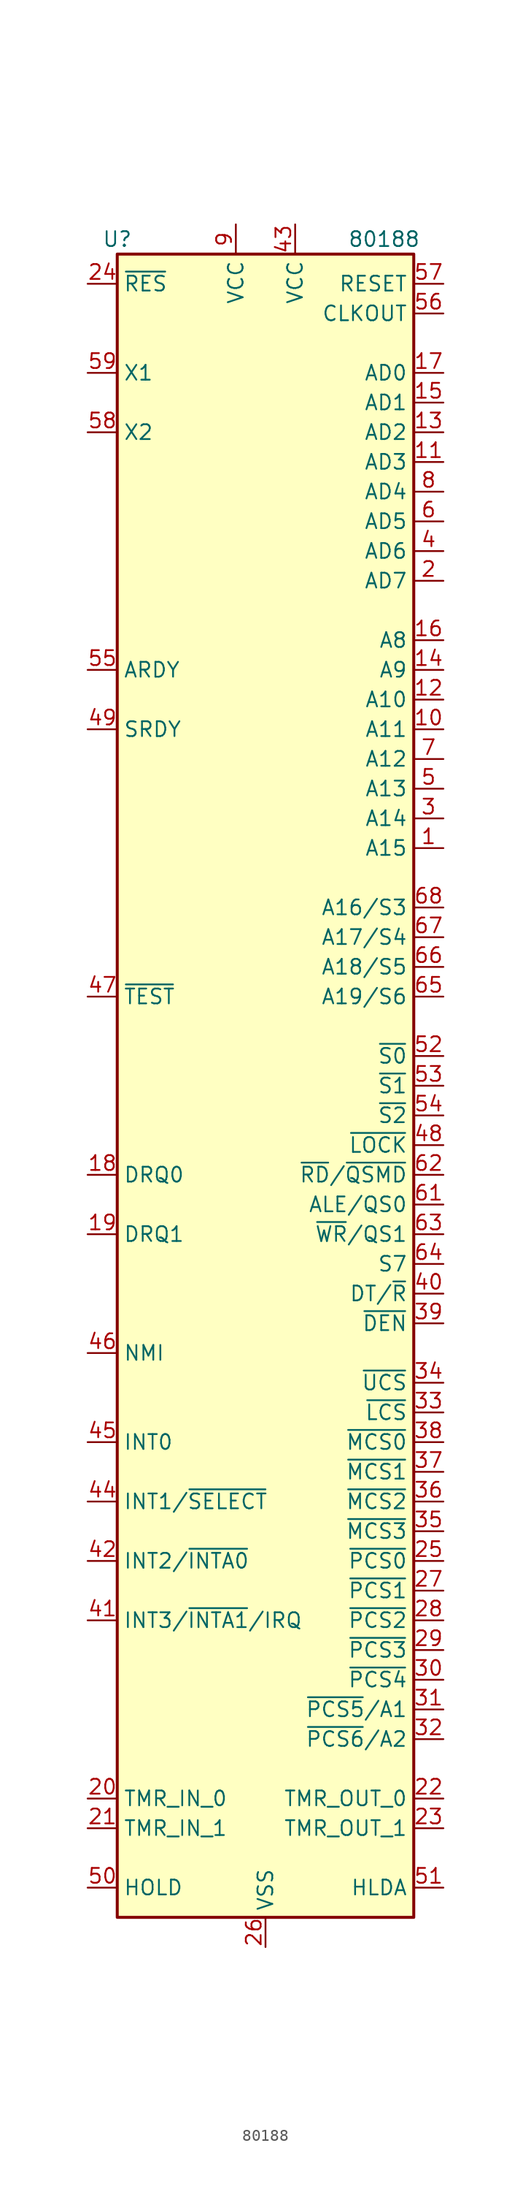
<source format=kicad_sym>
(kicad_symbol_lib
  (version 20211014)
  (generator kicad_symbol_editor)
  (symbol "80188"
    (property "Reference" "U"
      (at -12.7 72.39 0)
      (effects (font (size 1.27 1.27))))
    (property "Value" "80188"
      (at 10.16 72.39 0)
      (effects (font (size 1.27 1.27))))
    (symbol "80188_0_1"
      (rectangle (start 12.7 -71.12) (end -12.7 71.12) (stroke (width 0.254) (type default) (color 0 0 0 0)) (fill (type background))))
    (symbol "80188_1_1"
      (pin output line (at 15.24 20.32 180) (length 2.54) (name "A15" (effects (font (size 1.27 1.27)))) (number "1" (effects (font (size 1.27 1.27)))))
      (pin output line (at 15.24 30.48 180) (length 2.54) (name "A11" (effects (font (size 1.27 1.27)))) (number "10" (effects (font (size 1.27 1.27)))))
      (pin bidirectional line (at 15.24 53.34 180) (length 2.54) (name "AD3" (effects (font (size 1.27 1.27)))) (number "11" (effects (font (size 1.27 1.27)))))
      (pin output line (at 15.24 33.02 180) (length 2.54) (name "A10" (effects (font (size 1.27 1.27)))) (number "12" (effects (font (size 1.27 1.27)))))
      (pin bidirectional line (at 15.24 55.88 180) (length 2.54) (name "AD2" (effects (font (size 1.27 1.27)))) (number "13" (effects (font (size 1.27 1.27)))))
      (pin output line (at 15.24 35.56 180) (length 2.54) (name "A9" (effects (font (size 1.27 1.27)))) (number "14" (effects (font (size 1.27 1.27)))))
      (pin bidirectional line (at 15.24 58.42 180) (length 2.54) (name "AD1" (effects (font (size 1.27 1.27)))) (number "15" (effects (font (size 1.27 1.27)))))
      (pin output line (at 15.24 38.1 180) (length 2.54) (name "A8" (effects (font (size 1.27 1.27)))) (number "16" (effects (font (size 1.27 1.27)))))
      (pin bidirectional line (at 15.24 60.96 180) (length 2.54) (name "AD0" (effects (font (size 1.27 1.27)))) (number "17" (effects (font (size 1.27 1.27)))))
      (pin input line (at -15.24 -7.62 0) (length 2.54) (name "DRQ0" (effects (font (size 1.27 1.27)))) (number "18" (effects (font (size 1.27 1.27)))))
      (pin input line (at -15.24 -12.7 0) (length 2.54) (name "DRQ1" (effects (font (size 1.27 1.27)))) (number "19" (effects (font (size 1.27 1.27)))))
      (pin bidirectional line (at 15.24 43.18 180) (length 2.54) (name "AD7" (effects (font (size 1.27 1.27)))) (number "2" (effects (font (size 1.27 1.27)))))
      (pin input line (at -15.24 -60.96 0) (length 2.54) (name "TMR_IN_0" (effects (font (size 1.27 1.27)))) (number "20" (effects (font (size 1.27 1.27)))))
      (pin input line (at -15.24 -63.5 0) (length 2.54) (name "TMR_IN_1" (effects (font (size 1.27 1.27)))) (number "21" (effects (font (size 1.27 1.27)))))
      (pin output line (at 15.24 -60.96 180) (length 2.54) (name "TMR_OUT_0" (effects (font (size 1.27 1.27)))) (number "22" (effects (font (size 1.27 1.27)))))
      (pin output line (at 15.24 -63.5 180) (length 2.54) (name "TMR_OUT_1" (effects (font (size 1.27 1.27)))) (number "23" (effects (font (size 1.27 1.27)))))
      (pin input line (at -15.24 68.58 0) (length 2.54) (name "~{RES}" (effects (font (size 1.27 1.27)))) (number "24" (effects (font (size 1.27 1.27)))))
      (pin output line (at 15.24 -40.64 180) (length 2.54) (name "~{PCS0}" (effects (font (size 1.27 1.27)))) (number "25" (effects (font (size 1.27 1.27)))))
      (pin power_in line (at 0 -73.66 90) (length 2.54) (name "VSS" (effects (font (size 1.27 1.27)))) (number "26" (effects (font (size 1.27 1.27)))))
      (pin output line (at 15.24 -43.18 180) (length 2.54) (name "~{PCS1}" (effects (font (size 1.27 1.27)))) (number "27" (effects (font (size 1.27 1.27)))))
      (pin output line (at 15.24 -45.72 180) (length 2.54) (name "~{PCS2}" (effects (font (size 1.27 1.27)))) (number "28" (effects (font (size 1.27 1.27)))))
      (pin output line (at 15.24 -48.26 180) (length 2.54) (name "~{PCS3}" (effects (font (size 1.27 1.27)))) (number "29" (effects (font (size 1.27 1.27)))))
      (pin output line (at 15.24 22.86 180) (length 2.54) (name "A14" (effects (font (size 1.27 1.27)))) (number "3" (effects (font (size 1.27 1.27)))))
      (pin output line (at 15.24 -50.8 180) (length 2.54) (name "~{PCS4}" (effects (font (size 1.27 1.27)))) (number "30" (effects (font (size 1.27 1.27)))))
      (pin output line (at 15.24 -53.34 180) (length 2.54) (name "~{PCS5}/A1" (effects (font (size 1.27 1.27)))) (number "31" (effects (font (size 1.27 1.27)))))
      (pin output line (at 15.24 -55.88 180) (length 2.54) (name "~{PCS6}/A2" (effects (font (size 1.27 1.27)))) (number "32" (effects (font (size 1.27 1.27)))))
      (pin output line (at 15.24 -27.94 180) (length 2.54) (name "~{LCS}" (effects (font (size 1.27 1.27)))) (number "33" (effects (font (size 1.27 1.27)))))
      (pin output line (at 15.24 -25.4 180) (length 2.54) (name "~{UCS}" (effects (font (size 1.27 1.27)))) (number "34" (effects (font (size 1.27 1.27)))))
      (pin output line (at 15.24 -38.1 180) (length 2.54) (name "~{MCS3}" (effects (font (size 1.27 1.27)))) (number "35" (effects (font (size 1.27 1.27)))))
      (pin output line (at 15.24 -35.56 180) (length 2.54) (name "~{MCS2}" (effects (font (size 1.27 1.27)))) (number "36" (effects (font (size 1.27 1.27)))))
      (pin output line (at 15.24 -33.02 180) (length 2.54) (name "~{MCS1}" (effects (font (size 1.27 1.27)))) (number "37" (effects (font (size 1.27 1.27)))))
      (pin output line (at 15.24 -30.48 180) (length 2.54) (name "~{MCS0}" (effects (font (size 1.27 1.27)))) (number "38" (effects (font (size 1.27 1.27)))))
      (pin output line (at 15.24 -20.32 180) (length 2.54) (name "~{DEN}" (effects (font (size 1.27 1.27)))) (number "39" (effects (font (size 1.27 1.27)))))
      (pin bidirectional line (at 15.24 45.72 180) (length 2.54) (name "AD6" (effects (font (size 1.27 1.27)))) (number "4" (effects (font (size 1.27 1.27)))))
      (pin output line (at 15.24 -17.78 180) (length 2.54) (name "DT/~{R}" (effects (font (size 1.27 1.27)))) (number "40" (effects (font (size 1.27 1.27)))))
      (pin bidirectional line (at -15.24 -45.72 0) (length 2.54) (name "INT3/~{INTA1}/IRQ" (effects (font (size 1.27 1.27)))) (number "41" (effects (font (size 1.27 1.27)))))
      (pin bidirectional line (at -15.24 -40.64 0) (length 2.54) (name "INT2/~{INTA0}" (effects (font (size 1.27 1.27)))) (number "42" (effects (font (size 1.27 1.27)))))
      (pin power_in line (at 2.54 73.66 270) (length 2.54) (name "VCC" (effects (font (size 1.27 1.27)))) (number "43" (effects (font (size 1.27 1.27)))))
      (pin input line (at -15.24 -35.56 0) (length 2.54) (name "INT1/~{SELECT}" (effects (font (size 1.27 1.27)))) (number "44" (effects (font (size 1.27 1.27)))))
      (pin input line (at -15.24 -30.48 0) (length 2.54) (name "INT0" (effects (font (size 1.27 1.27)))) (number "45" (effects (font (size 1.27 1.27)))))
      (pin input line (at -15.24 -22.86 0) (length 2.54) (name "NMI" (effects (font (size 1.27 1.27)))) (number "46" (effects (font (size 1.27 1.27)))))
      (pin bidirectional line (at -15.24 7.62 0) (length 2.54) (name "~{TEST}" (effects (font (size 1.27 1.27)))) (number "47" (effects (font (size 1.27 1.27)))))
      (pin output line (at 15.24 -5.08 180) (length 2.54) (name "~{LOCK}" (effects (font (size 1.27 1.27)))) (number "48" (effects (font (size 1.27 1.27)))))
      (pin input line (at -15.24 30.48 0) (length 2.54) (name "SRDY" (effects (font (size 1.27 1.27)))) (number "49" (effects (font (size 1.27 1.27)))))
      (pin output line (at 15.24 25.4 180) (length 2.54) (name "A13" (effects (font (size 1.27 1.27)))) (number "5" (effects (font (size 1.27 1.27)))))
      (pin input line (at -15.24 -68.58 0) (length 2.54) (name "HOLD" (effects (font (size 1.27 1.27)))) (number "50" (effects (font (size 1.27 1.27)))))
      (pin output line (at 15.24 -68.58 180) (length 2.54) (name "HLDA" (effects (font (size 1.27 1.27)))) (number "51" (effects (font (size 1.27 1.27)))))
      (pin output line (at 15.24 2.54 180) (length 2.54) (name "~{S0}" (effects (font (size 1.27 1.27)))) (number "52" (effects (font (size 1.27 1.27)))))
      (pin output line (at 15.24 0 180) (length 2.54) (name "~{S1}" (effects (font (size 1.27 1.27)))) (number "53" (effects (font (size 1.27 1.27)))))
      (pin output line (at 15.24 -2.54 180) (length 2.54) (name "~{S2}" (effects (font (size 1.27 1.27)))) (number "54" (effects (font (size 1.27 1.27)))))
      (pin input line (at -15.24 35.56 0) (length 2.54) (name "ARDY" (effects (font (size 1.27 1.27)))) (number "55" (effects (font (size 1.27 1.27)))))
      (pin output line (at 15.24 66.04 180) (length 2.54) (name "CLKOUT" (effects (font (size 1.27 1.27)))) (number "56" (effects (font (size 1.27 1.27)))))
      (pin output line (at 15.24 68.58 180) (length 2.54) (name "RESET" (effects (font (size 1.27 1.27)))) (number "57" (effects (font (size 1.27 1.27)))))
      (pin output line (at -15.24 55.88 0) (length 2.54) (name "X2" (effects (font (size 1.27 1.27)))) (number "58" (effects (font (size 1.27 1.27)))))
      (pin input line (at -15.24 60.96 0) (length 2.54) (name "X1" (effects (font (size 1.27 1.27)))) (number "59" (effects (font (size 1.27 1.27)))))
      (pin bidirectional line (at 15.24 48.26 180) (length 2.54) (name "AD5" (effects (font (size 1.27 1.27)))) (number "6" (effects (font (size 1.27 1.27)))))
      (pin passive line (at 0 -73.66 90) (length 2.54) hide (name "VSS" (effects (font (size 1.27 1.27)))) (number "60" (effects (font (size 1.27 1.27)))))
      (pin output line (at 15.24 -10.16 180) (length 2.54) (name "ALE/QS0" (effects (font (size 1.27 1.27)))) (number "61" (effects (font (size 1.27 1.27)))))
      (pin bidirectional line (at 15.24 -7.62 180) (length 2.54) (name "~{RD}/~{QSMD}" (effects (font (size 1.27 1.27)))) (number "62" (effects (font (size 1.27 1.27)))))
      (pin output line (at 15.24 -12.7 180) (length 2.54) (name "~{WR}/QS1" (effects (font (size 1.27 1.27)))) (number "63" (effects (font (size 1.27 1.27)))))
      (pin output line (at 15.24 -15.24 180) (length 2.54) (name "S7" (effects (font (size 1.27 1.27)))) (number "64" (effects (font (size 1.27 1.27)))))
      (pin output line (at 15.24 7.62 180) (length 2.54) (name "A19/S6" (effects (font (size 1.27 1.27)))) (number "65" (effects (font (size 1.27 1.27)))))
      (pin output line (at 15.24 10.16 180) (length 2.54) (name "A18/S5" (effects (font (size 1.27 1.27)))) (number "66" (effects (font (size 1.27 1.27)))))
      (pin output line (at 15.24 12.7 180) (length 2.54) (name "A17/S4" (effects (font (size 1.27 1.27)))) (number "67" (effects (font (size 1.27 1.27)))))
      (pin output line (at 15.24 15.24 180) (length 2.54) (name "A16/S3" (effects (font (size 1.27 1.27)))) (number "68" (effects (font (size 1.27 1.27)))))
      (pin output line (at 15.24 27.94 180) (length 2.54) (name "A12" (effects (font (size 1.27 1.27)))) (number "7" (effects (font (size 1.27 1.27)))))
      (pin bidirectional line (at 15.24 50.8 180) (length 2.54) (name "AD4" (effects (font (size 1.27 1.27)))) (number "8" (effects (font (size 1.27 1.27)))))
      (pin power_in line (at -2.54 73.66 270) (length 2.54) (name "VCC" (effects (font (size 1.27 1.27)))) (number "9" (effects (font (size 1.27 1.27))))))))
</source>
